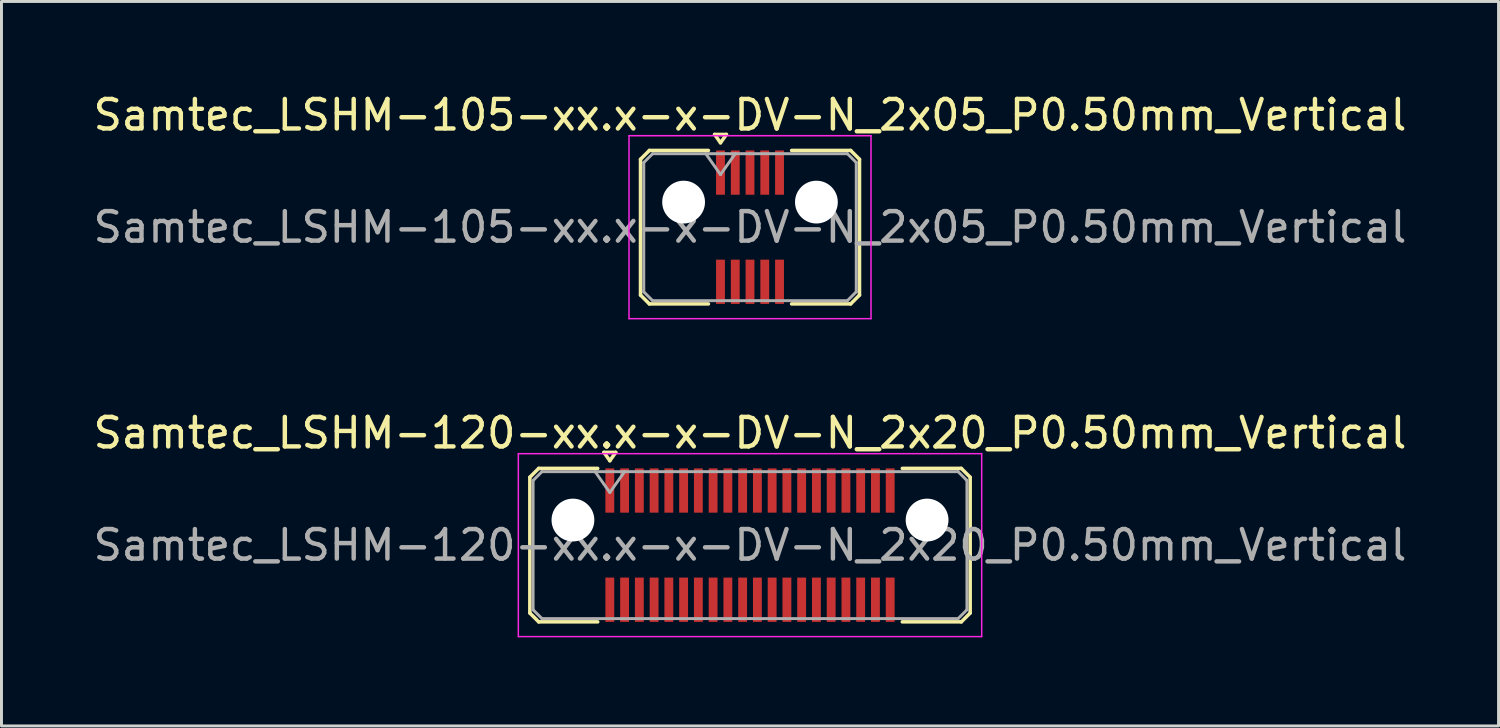
<source format=kicad_pcb>
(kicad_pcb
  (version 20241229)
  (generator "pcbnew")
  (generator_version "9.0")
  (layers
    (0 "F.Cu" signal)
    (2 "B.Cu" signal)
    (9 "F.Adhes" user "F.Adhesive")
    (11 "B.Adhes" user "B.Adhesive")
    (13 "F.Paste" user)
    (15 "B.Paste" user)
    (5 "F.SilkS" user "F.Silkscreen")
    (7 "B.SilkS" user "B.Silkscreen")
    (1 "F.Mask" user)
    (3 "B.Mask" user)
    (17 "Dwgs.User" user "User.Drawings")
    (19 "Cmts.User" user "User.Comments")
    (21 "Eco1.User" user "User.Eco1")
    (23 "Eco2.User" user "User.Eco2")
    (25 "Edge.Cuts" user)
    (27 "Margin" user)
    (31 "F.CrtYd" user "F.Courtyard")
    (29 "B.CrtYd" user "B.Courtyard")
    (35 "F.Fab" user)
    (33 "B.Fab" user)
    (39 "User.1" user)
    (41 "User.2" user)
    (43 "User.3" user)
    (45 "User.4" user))
  (footprint "Samtec_LSHM-120-xx.x-x-DV-N_2x20_P0.50mm_Vertical"
    (layer "F.Cu")
    (at 22.363 15.421)
    (property "Reference" "Samtec_LSHM-120-xx.x-x-DV-N_2x20_P0.50mm_Vertical" (at 0 -3.8 0) (layer "F.SilkS") (effects (font (size 1 1) (thickness 0.15))))
    (attr smd)
    (fp_line (start -7.46 -2.3) (end -7.46 2.3) (stroke (width 0.12) (type solid)) (layer "F.SilkS"))
    (fp_line (start -7.46 2.3) (end -7.16 2.6) (stroke (width 0.12) (type solid)) (layer "F.SilkS"))
    (fp_line (start -7.16 -2.6) (end -7.46 -2.3) (stroke (width 0.12) (type solid)) (layer "F.SilkS"))
    (fp_line (start -7.16 2.6) (end -5.16 2.6) (stroke (width 0.12) (type solid)) (layer "F.SilkS"))
    (fp_line (start -5.16 -2.6) (end -7.16 -2.6) (stroke (width 0.12) (type solid)) (layer "F.SilkS"))
    (fp_line (start -4.95 -3.143) (end -4.55 -3.143) (stroke (width 0.12) (type solid)) (layer "F.SilkS"))
    (fp_line (start -4.75 -2.86) (end -4.95 -3.143) (stroke (width 0.12) (type solid)) (layer "F.SilkS"))
    (fp_line (start -4.55 -3.143) (end -4.75 -2.86) (stroke (width 0.12) (type solid)) (layer "F.SilkS"))
    (fp_line (start 5.16 -2.6) (end 7.16 -2.6) (stroke (width 0.12) (type solid)) (layer "F.SilkS"))
    (fp_line (start 7.16 -2.6) (end 7.46 -2.3) (stroke (width 0.12) (type solid)) (layer "F.SilkS"))
    (fp_line (start 7.16 2.6) (end 5.16 2.6) (stroke (width 0.12) (type solid)) (layer "F.SilkS"))
    (fp_line (start 7.46 -2.3) (end 7.46 2.3) (stroke (width 0.12) (type solid)) (layer "F.SilkS"))
    (fp_line (start 7.46 2.3) (end 7.16 2.6) (stroke (width 0.12) (type solid)) (layer "F.SilkS"))
    (fp_line (start -7.85 -3.1) (end -7.85 3.1) (stroke (width 0.05) (type solid)) (layer "F.CrtYd"))
    (fp_line (start -7.85 3.1) (end 7.85 3.1) (stroke (width 0.05) (type solid)) (layer "F.CrtYd"))
    (fp_line (start 7.85 -3.1) (end -7.85 -3.1) (stroke (width 0.05) (type solid)) (layer "F.CrtYd"))
    (fp_line (start 7.85 3.1) (end 7.85 -3.1) (stroke (width 0.05) (type solid)) (layer "F.CrtYd"))
    (fp_line (start -7.35 -2.19) (end -7.35 2.19) (stroke (width 0.1) (type solid)) (layer "F.Fab"))
    (fp_line (start -7.35 2.19) (end -7.05 2.49) (stroke (width 0.1) (type solid)) (layer "F.Fab"))
    (fp_line (start -7.05 -2.49) (end -7.35 -2.19) (stroke (width 0.1) (type solid)) (layer "F.Fab"))
    (fp_line (start -7.05 2.49) (end 0 2.49) (stroke (width 0.1) (type solid)) (layer "F.Fab"))
    (fp_line (start -5.25 -2.49) (end -4.75 -1.783) (stroke (width 0.1) (type solid)) (layer "F.Fab"))
    (fp_line (start -4.75 -1.783) (end -4.25 -2.49) (stroke (width 0.1) (type solid)) (layer "F.Fab"))
    (fp_line (start 0 -2.49) (end -7.05 -2.49) (stroke (width 0.1) (type solid)) (layer "F.Fab"))
    (fp_line (start 0 -2.49) (end 7.05 -2.49) (stroke (width 0.1) (type solid)) (layer "F.Fab"))
    (fp_line (start 7.05 -2.49) (end 7.35 -2.19) (stroke (width 0.1) (type solid)) (layer "F.Fab"))
    (fp_line (start 7.05 2.49) (end 0 2.49) (stroke (width 0.1) (type solid)) (layer "F.Fab"))
    (fp_line (start 7.35 -2.19) (end 7.35 2.19) (stroke (width 0.1) (type solid)) (layer "F.Fab"))
    (fp_line (start 7.35 2.19) (end 7.05 2.49) (stroke (width 0.1) (type solid)) (layer "F.Fab"))
    (fp_text user "${REFERENCE}" (at 0 0 0) (layer "F.Fab") (effects (font (size 1 1) (thickness 0.15))))
    (pad "" np_thru_hole circle (at -6 -0.85) (size 1.45 1.45) (drill 1.45) (layers "*.Cu" "*.Mask"))
    (pad "" np_thru_hole circle (at 6 -0.85) (size 1.45 1.45) (drill 1.45) (layers "*.Cu" "*.Mask"))
    (pad "1" smd rect (at -4.75 -1.85) (size 0.3 1.5) (layers "F.Cu" "F.Mask" "F.Paste"))
    (pad "2" smd rect (at -4.75 1.85) (size 0.3 1.5) (layers "F.Cu" "F.Mask" "F.Paste"))
    (pad "3" smd rect (at -4.25 -1.85) (size 0.3 1.5) (layers "F.Cu" "F.Mask" "F.Paste"))
    (pad "4" smd rect (at -4.25 1.85) (size 0.3 1.5) (layers "F.Cu" "F.Mask" "F.Paste"))
    (pad "5" smd rect (at -3.75 -1.85) (size 0.3 1.5) (layers "F.Cu" "F.Mask" "F.Paste"))
    (pad "6" smd rect (at -3.75 1.85) (size 0.3 1.5) (layers "F.Cu" "F.Mask" "F.Paste"))
    (pad "7" smd rect (at -3.25 -1.85) (size 0.3 1.5) (layers "F.Cu" "F.Mask" "F.Paste"))
    (pad "8" smd rect (at -3.25 1.85) (size 0.3 1.5) (layers "F.Cu" "F.Mask" "F.Paste"))
    (pad "9" smd rect (at -2.75 -1.85) (size 0.3 1.5) (layers "F.Cu" "F.Mask" "F.Paste"))
    (pad "10" smd rect (at -2.75 1.85) (size 0.3 1.5) (layers "F.Cu" "F.Mask" "F.Paste"))
    (pad "11" smd rect (at -2.25 -1.85) (size 0.3 1.5) (layers "F.Cu" "F.Mask" "F.Paste"))
    (pad "12" smd rect (at -2.25 1.85) (size 0.3 1.5) (layers "F.Cu" "F.Mask" "F.Paste"))
    (pad "13" smd rect (at -1.75 -1.85) (size 0.3 1.5) (layers "F.Cu" "F.Mask" "F.Paste"))
    (pad "14" smd rect (at -1.75 1.85) (size 0.3 1.5) (layers "F.Cu" "F.Mask" "F.Paste"))
    (pad "15" smd rect (at -1.25 -1.85) (size 0.3 1.5) (layers "F.Cu" "F.Mask" "F.Paste"))
    (pad "16" smd rect (at -1.25 1.85) (size 0.3 1.5) (layers "F.Cu" "F.Mask" "F.Paste"))
    (pad "17" smd rect (at -0.75 -1.85) (size 0.3 1.5) (layers "F.Cu" "F.Mask" "F.Paste"))
    (pad "18" smd rect (at -0.75 1.85) (size 0.3 1.5) (layers "F.Cu" "F.Mask" "F.Paste"))
    (pad "19" smd rect (at -0.25 -1.85) (size 0.3 1.5) (layers "F.Cu" "F.Mask" "F.Paste"))
    (pad "20" smd rect (at -0.25 1.85) (size 0.3 1.5) (layers "F.Cu" "F.Mask" "F.Paste"))
    (pad "21" smd rect (at 0.25 -1.85) (size 0.3 1.5) (layers "F.Cu" "F.Mask" "F.Paste"))
    (pad "22" smd rect (at 0.25 1.85) (size 0.3 1.5) (layers "F.Cu" "F.Mask" "F.Paste"))
    (pad "23" smd rect (at 0.75 -1.85) (size 0.3 1.5) (layers "F.Cu" "F.Mask" "F.Paste"))
    (pad "24" smd rect (at 0.75 1.85) (size 0.3 1.5) (layers "F.Cu" "F.Mask" "F.Paste"))
    (pad "25" smd rect (at 1.25 -1.85) (size 0.3 1.5) (layers "F.Cu" "F.Mask" "F.Paste"))
    (pad "26" smd rect (at 1.25 1.85) (size 0.3 1.5) (layers "F.Cu" "F.Mask" "F.Paste"))
    (pad "27" smd rect (at 1.75 -1.85) (size 0.3 1.5) (layers "F.Cu" "F.Mask" "F.Paste"))
    (pad "28" smd rect (at 1.75 1.85) (size 0.3 1.5) (layers "F.Cu" "F.Mask" "F.Paste"))
    (pad "29" smd rect (at 2.25 -1.85) (size 0.3 1.5) (layers "F.Cu" "F.Mask" "F.Paste"))
    (pad "30" smd rect (at 2.25 1.85) (size 0.3 1.5) (layers "F.Cu" "F.Mask" "F.Paste"))
    (pad "31" smd rect (at 2.75 -1.85) (size 0.3 1.5) (layers "F.Cu" "F.Mask" "F.Paste"))
    (pad "32" smd rect (at 2.75 1.85) (size 0.3 1.5) (layers "F.Cu" "F.Mask" "F.Paste"))
    (pad "33" smd rect (at 3.25 -1.85) (size 0.3 1.5) (layers "F.Cu" "F.Mask" "F.Paste"))
    (pad "34" smd rect (at 3.25 1.85) (size 0.3 1.5) (layers "F.Cu" "F.Mask" "F.Paste"))
    (pad "35" smd rect (at 3.75 -1.85) (size 0.3 1.5) (layers "F.Cu" "F.Mask" "F.Paste"))
    (pad "36" smd rect (at 3.75 1.85) (size 0.3 1.5) (layers "F.Cu" "F.Mask" "F.Paste"))
    (pad "37" smd rect (at 4.25 -1.85) (size 0.3 1.5) (layers "F.Cu" "F.Mask" "F.Paste"))
    (pad "38" smd rect (at 4.25 1.85) (size 0.3 1.5) (layers "F.Cu" "F.Mask" "F.Paste"))
    (pad "39" smd rect (at 4.75 -1.85) (size 0.3 1.5) (layers "F.Cu" "F.Mask" "F.Paste"))
    (pad "40" smd rect (at 4.75 1.85) (size 0.3 1.5) (layers "F.Cu" "F.Mask" "F.Paste")))
  (footprint "Samtec_LSHM-105-xx.x-x-DV-N_2x05_P0.50mm_Vertical"
    (layer "F.Cu")
    (at 22.363 4.648)
    (property "Reference" "Samtec_LSHM-105-xx.x-x-DV-N_2x05_P0.50mm_Vertical" (at 0 -3.8 0) (layer "F.SilkS") (effects (font (size 1 1) (thickness 0.15))))
    (attr smd)
    (fp_line (start -3.71 -2.3) (end -3.71 2.3) (stroke (width 0.12) (type solid)) (layer "F.SilkS"))
    (fp_line (start -3.71 2.3) (end -3.41 2.6) (stroke (width 0.12) (type solid)) (layer "F.SilkS"))
    (fp_line (start -3.41 -2.6) (end -3.71 -2.3) (stroke (width 0.12) (type solid)) (layer "F.SilkS"))
    (fp_line (start -3.41 2.6) (end -1.41 2.6) (stroke (width 0.12) (type solid)) (layer "F.SilkS"))
    (fp_line (start -1.41 -2.6) (end -3.41 -2.6) (stroke (width 0.12) (type solid)) (layer "F.SilkS"))
    (fp_line (start -1.2 -3.143) (end -0.8 -3.143) (stroke (width 0.12) (type solid)) (layer "F.SilkS"))
    (fp_line (start -1 -2.86) (end -1.2 -3.143) (stroke (width 0.12) (type solid)) (layer "F.SilkS"))
    (fp_line (start -0.8 -3.143) (end -1 -2.86) (stroke (width 0.12) (type solid)) (layer "F.SilkS"))
    (fp_line (start 1.41 -2.6) (end 3.41 -2.6) (stroke (width 0.12) (type solid)) (layer "F.SilkS"))
    (fp_line (start 3.41 -2.6) (end 3.71 -2.3) (stroke (width 0.12) (type solid)) (layer "F.SilkS"))
    (fp_line (start 3.41 2.6) (end 1.41 2.6) (stroke (width 0.12) (type solid)) (layer "F.SilkS"))
    (fp_line (start 3.71 -2.3) (end 3.71 2.3) (stroke (width 0.12) (type solid)) (layer "F.SilkS"))
    (fp_line (start 3.71 2.3) (end 3.41 2.6) (stroke (width 0.12) (type solid)) (layer "F.SilkS"))
    (fp_line (start -4.1 -3.1) (end -4.1 3.1) (stroke (width 0.05) (type solid)) (layer "F.CrtYd"))
    (fp_line (start -4.1 3.1) (end 4.1 3.1) (stroke (width 0.05) (type solid)) (layer "F.CrtYd"))
    (fp_line (start 4.1 -3.1) (end -4.1 -3.1) (stroke (width 0.05) (type solid)) (layer "F.CrtYd"))
    (fp_line (start 4.1 3.1) (end 4.1 -3.1) (stroke (width 0.05) (type solid)) (layer "F.CrtYd"))
    (fp_line (start -3.6 -2.19) (end -3.6 2.19) (stroke (width 0.1) (type solid)) (layer "F.Fab"))
    (fp_line (start -3.6 2.19) (end -3.3 2.49) (stroke (width 0.1) (type solid)) (layer "F.Fab"))
    (fp_line (start -3.3 -2.49) (end -3.6 -2.19) (stroke (width 0.1) (type solid)) (layer "F.Fab"))
    (fp_line (start -3.3 2.49) (end 0 2.49) (stroke (width 0.1) (type solid)) (layer "F.Fab"))
    (fp_line (start -1.5 -2.49) (end -1 -1.783) (stroke (width 0.1) (type solid)) (layer "F.Fab"))
    (fp_line (start -1 -1.783) (end -0.5 -2.49) (stroke (width 0.1) (type solid)) (layer "F.Fab"))
    (fp_line (start 0 -2.49) (end -3.3 -2.49) (stroke (width 0.1) (type solid)) (layer "F.Fab"))
    (fp_line (start 0 -2.49) (end 3.3 -2.49) (stroke (width 0.1) (type solid)) (layer "F.Fab"))
    (fp_line (start 3.3 -2.49) (end 3.6 -2.19) (stroke (width 0.1) (type solid)) (layer "F.Fab"))
    (fp_line (start 3.3 2.49) (end 0 2.49) (stroke (width 0.1) (type solid)) (layer "F.Fab"))
    (fp_line (start 3.6 -2.19) (end 3.6 2.19) (stroke (width 0.1) (type solid)) (layer "F.Fab"))
    (fp_line (start 3.6 2.19) (end 3.3 2.49) (stroke (width 0.1) (type solid)) (layer "F.Fab"))
    (fp_text user "${REFERENCE}" (at 0 0 0) (layer "F.Fab") (effects (font (size 1 1) (thickness 0.15))))
    (pad "" np_thru_hole circle (at -2.25 -0.85) (size 1.45 1.45) (drill 1.45) (layers "*.Cu" "*.Mask"))
    (pad "" np_thru_hole circle (at 2.25 -0.85) (size 1.45 1.45) (drill 1.45) (layers "*.Cu" "*.Mask"))
    (pad "1" smd rect (at -1 -1.85) (size 0.3 1.5) (layers "F.Cu" "F.Mask" "F.Paste"))
    (pad "2" smd rect (at -1 1.85) (size 0.3 1.5) (layers "F.Cu" "F.Mask" "F.Paste"))
    (pad "3" smd rect (at -0.5 -1.85) (size 0.3 1.5) (layers "F.Cu" "F.Mask" "F.Paste"))
    (pad "4" smd rect (at -0.5 1.85) (size 0.3 1.5) (layers "F.Cu" "F.Mask" "F.Paste"))
    (pad "5" smd rect (at 0 -1.85) (size 0.3 1.5) (layers "F.Cu" "F.Mask" "F.Paste"))
    (pad "6" smd rect (at 0 1.85) (size 0.3 1.5) (layers "F.Cu" "F.Mask" "F.Paste"))
    (pad "7" smd rect (at 0.5 -1.85) (size 0.3 1.5) (layers "F.Cu" "F.Mask" "F.Paste"))
    (pad "8" smd rect (at 0.5 1.85) (size 0.3 1.5) (layers "F.Cu" "F.Mask" "F.Paste"))
    (pad "9" smd rect (at 1 -1.85) (size 0.3 1.5) (layers "F.Cu" "F.Mask" "F.Paste"))
    (pad "10" smd rect (at 1 1.85) (size 0.3 1.5) (layers "F.Cu" "F.Mask" "F.Paste")))
  (gr_rect
    (start -3 -3)
    (end 47.726 21.547)
    (stroke (width 0.1) (type default))
    (fill no)
    (layer "Edge.Cuts")))
</source>
